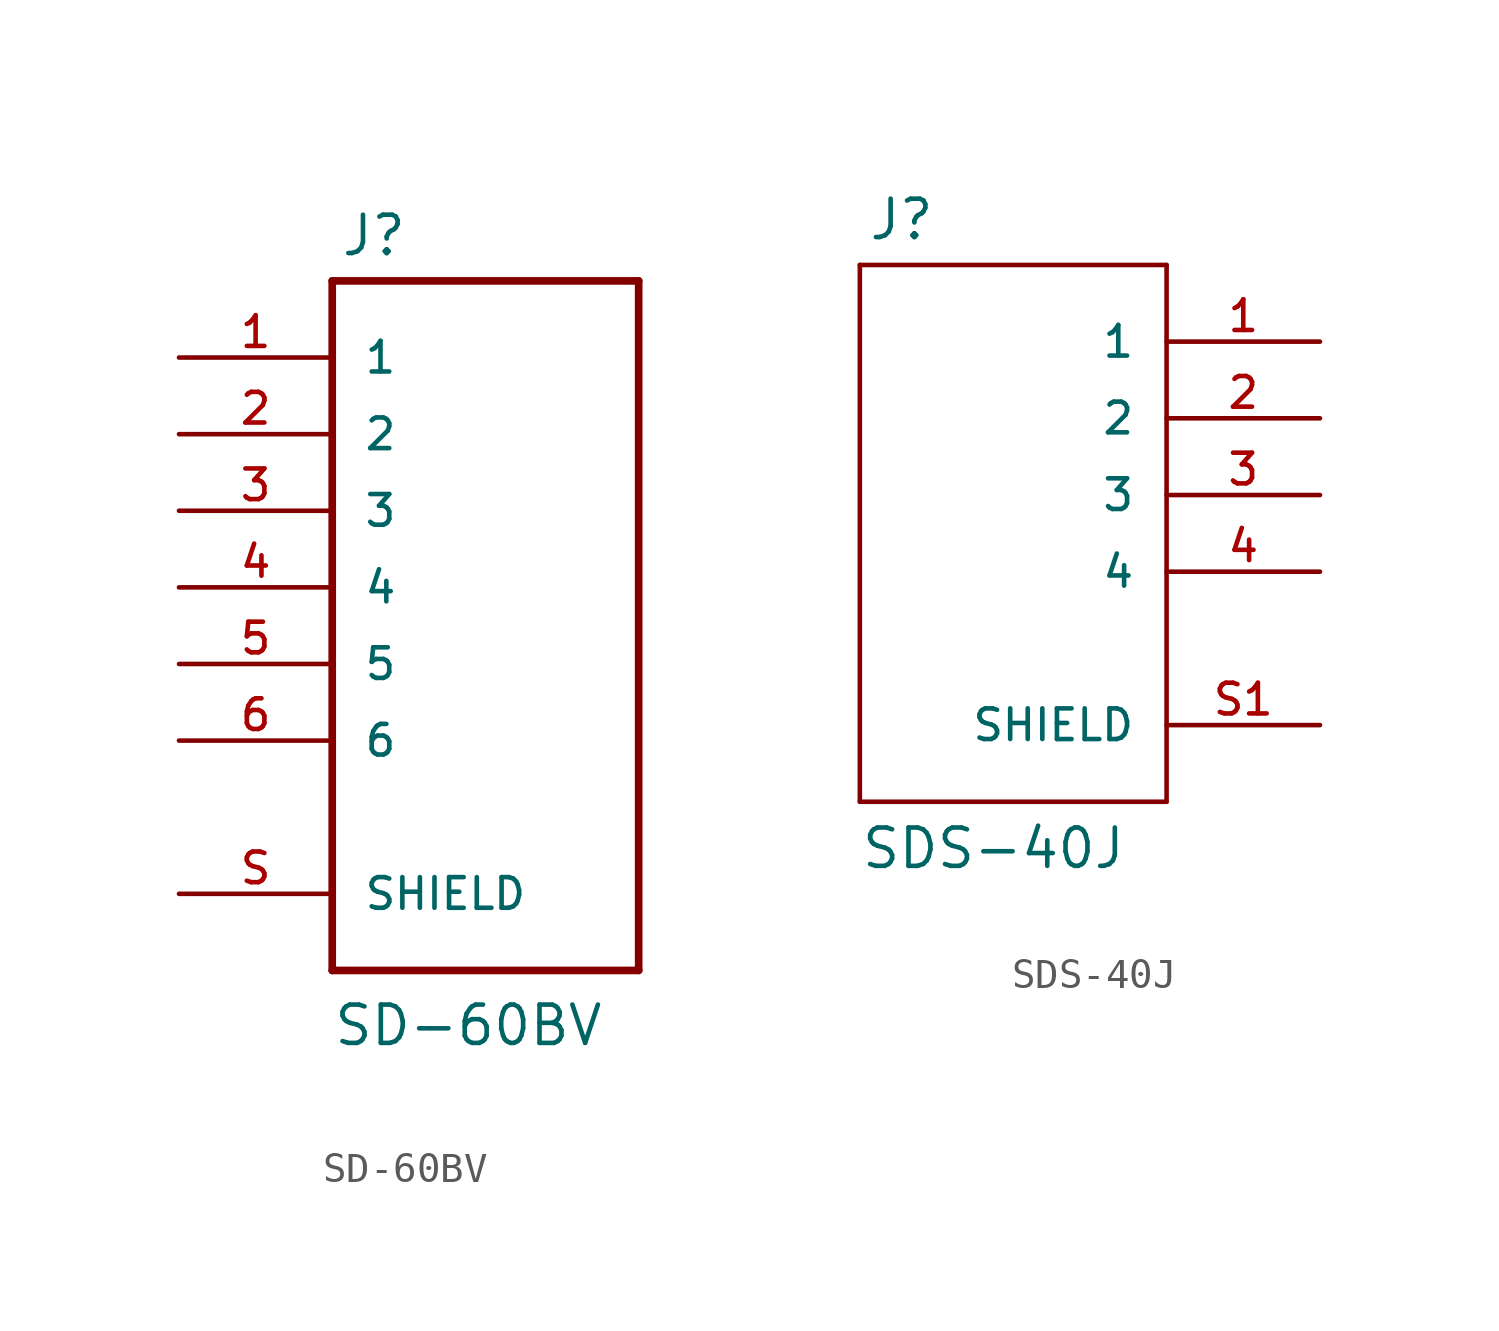
<source format=kicad_sym>
(kicad_symbol_lib
  (version 20211014)
  (generator kicad_symbol_editor)
  (symbol "SD-60BV"
    (pin_names
      (offset 1.016))
    (property "Reference" "J"
      (at -4.826 10.922 0)
      (effects (font (size 1.27 1.27)) (justify left bottom)))
    (property "Value" "SD-60BV"
      (at -5.08 -15.265 0)
      (effects (font (size 1.27 1.27)) (justify left bottom)))
    (property "ki_locked" ""
      (at 0 0 0)
      (effects (font (size 1.27 1.27))))
    (symbol "SD-60BV_0_0"
      (polyline (pts (xy -5.08 -12.7) (xy -5.08 10.16)) (stroke (width 0.254) (type default) (color 0 0 0 0)) (fill (type none)))
      (polyline (pts (xy -5.08 10.16) (xy 5.08 10.16)) (stroke (width 0.254) (type default) (color 0 0 0 0)) (fill (type none)))
      (polyline (pts (xy 5.08 -12.7) (xy -5.08 -12.7)) (stroke (width 0.254) (type default) (color 0 0 0 0)) (fill (type none)))
      (polyline (pts (xy 5.08 10.16) (xy 5.08 -12.7)) (stroke (width 0.254) (type default) (color 0 0 0 0)) (fill (type none)))
      (pin passive line (at -10.16 7.62 0) (length 5.08) (name "1" (effects (font (size 1.016 1.016)))) (number "1" (effects (font (size 1.016 1.016)))))
      (pin passive line (at -10.16 5.08 0) (length 5.08) (name "2" (effects (font (size 1.016 1.016)))) (number "2" (effects (font (size 1.016 1.016)))))
      (pin passive line (at -10.16 2.54 0) (length 5.08) (name "3" (effects (font (size 1.016 1.016)))) (number "3" (effects (font (size 1.016 1.016)))))
      (pin passive line (at -10.16 0 0) (length 5.08) (name "4" (effects (font (size 1.016 1.016)))) (number "4" (effects (font (size 1.016 1.016)))))
      (pin passive line (at -10.16 -2.54 0) (length 5.08) (name "5" (effects (font (size 1.016 1.016)))) (number "5" (effects (font (size 1.016 1.016)))))
      (pin passive line (at -10.16 -5.08 0) (length 5.08) (name "6" (effects (font (size 1.016 1.016)))) (number "6" (effects (font (size 1.016 1.016)))))
      (pin passive line (at -10.16 -10.16 0) (length 5.08) (name "SHIELD" (effects (font (size 1.016 1.016)))) (number "S" (effects (font (size 1.016 1.016)))))))
  (symbol "SDS-40J"
    (pin_names
      (offset 1.016))
    (property "Reference" "J"
      (at -4.826 8.382 0)
      (effects (font (size 1.27 1.27)) (justify left bottom)))
    (property "Value" "SDS-40J"
      (at -5.08 -12.446 0)
      (effects (font (size 1.27 1.27)) (justify left bottom)))
    (property "ki_locked" ""
      (at 0 0 0)
      (effects (font (size 1.27 1.27))))
    (symbol "SDS-40J_0_0"
      (polyline (pts (xy -5.08 -10.16) (xy -5.08 7.62)) (stroke (width 0.152) (type default) (color 0 0 0 0)) (fill (type none)))
      (polyline (pts (xy -5.08 7.62) (xy 5.08 7.62)) (stroke (width 0.152) (type default) (color 0 0 0 0)) (fill (type none)))
      (polyline (pts (xy 5.08 -10.16) (xy -5.08 -10.16)) (stroke (width 0.152) (type default) (color 0 0 0 0)) (fill (type none)))
      (polyline (pts (xy 5.08 7.62) (xy 5.08 -10.16)) (stroke (width 0.152) (type default) (color 0 0 0 0)) (fill (type none)))
      (pin passive line (at 10.16 5.08 180) (length 5.08) (name "1" (effects (font (size 1.016 1.016)))) (number "1" (effects (font (size 1.016 1.016)))))
      (pin passive line (at 10.16 2.54 180) (length 5.08) (name "2" (effects (font (size 1.016 1.016)))) (number "2" (effects (font (size 1.016 1.016)))))
      (pin passive line (at 10.16 0 180) (length 5.08) (name "3" (effects (font (size 1.016 1.016)))) (number "3" (effects (font (size 1.016 1.016)))))
      (pin passive line (at 10.16 -2.54 180) (length 5.08) (name "4" (effects (font (size 1.016 1.016)))) (number "4" (effects (font (size 1.016 1.016)))))
      (pin passive line (at 10.16 -7.62 180) (length 5.08) (name "SHIELD" (effects (font (size 1.016 1.016)))) (number "S1" (effects (font (size 1.016 1.016)))))
      (pin passive line (at 10.16 -7.62 180) (length 5.08) hide (name "SHIELD" (effects (font (size 1.016 1.016)))) (number "S2" (effects (font (size 1.016 1.016))))))))
</source>
